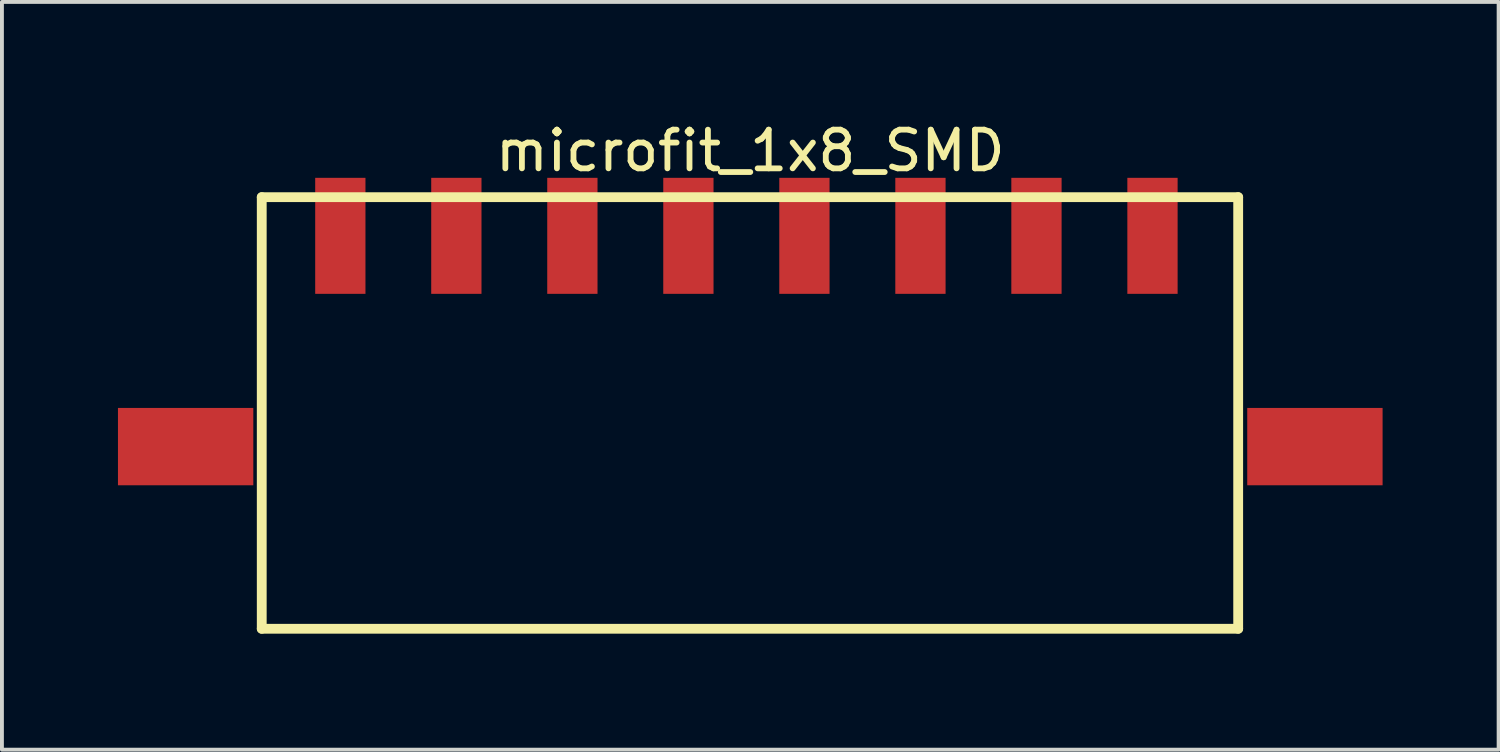
<source format=kicad_pcb>
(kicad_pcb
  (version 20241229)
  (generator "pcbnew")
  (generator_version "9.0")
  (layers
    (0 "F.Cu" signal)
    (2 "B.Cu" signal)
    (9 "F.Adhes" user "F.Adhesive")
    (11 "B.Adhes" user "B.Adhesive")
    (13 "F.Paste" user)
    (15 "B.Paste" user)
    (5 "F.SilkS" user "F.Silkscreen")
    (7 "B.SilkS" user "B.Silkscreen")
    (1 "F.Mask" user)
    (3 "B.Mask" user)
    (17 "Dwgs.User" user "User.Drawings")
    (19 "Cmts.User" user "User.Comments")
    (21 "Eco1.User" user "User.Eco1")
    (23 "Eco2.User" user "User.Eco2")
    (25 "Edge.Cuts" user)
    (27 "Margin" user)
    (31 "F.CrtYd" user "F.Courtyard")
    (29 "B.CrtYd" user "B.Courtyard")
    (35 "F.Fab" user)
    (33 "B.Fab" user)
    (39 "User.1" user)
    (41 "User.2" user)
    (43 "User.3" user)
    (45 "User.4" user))
  (footprint "microfit_1x8_SMD"
    (layer "F.Cu")
    (at 16.35 5.773)
    (property "Reference" "microfit_1x8_SMD" (at 0 -4.925 0) (layer "F.SilkS") (effects (font (size 1 1) (thickness 0.15))))
    (fp_line (start -12.632 -3.725) (end 12.616 -3.725) (stroke (width 0.254) (type solid)) (layer "F.SilkS"))
    (fp_line (start -12.632 7.435) (end -12.632 -3.725) (stroke (width 0.254) (type solid)) (layer "F.SilkS"))
    (fp_line (start -12.632 7.435) (end 12.616 7.435) (stroke (width 0.254) (type solid)) (layer "F.SilkS"))
    (fp_line (start 12.616 7.435) (end 12.616 -3.725) (stroke (width 0.254) (type solid)) (layer "F.SilkS"))
    (pad "0" smd rect (at -14.6 2.725 90) (size 2 3.5) (layers "F.Cu" "F.Mask" "F.Paste"))
    (pad "0" smd rect (at 14.6 2.725 90) (size 2 3.5) (layers "F.Cu" "F.Mask" "F.Paste"))
    (pad "1" smd rect (at -10.6 -2.725) (size 1.3 3) (layers "F.Cu" "F.Mask" "F.Paste"))
    (pad "2" smd rect (at -7.6 -2.725) (size 1.3 3) (layers "F.Cu" "F.Mask" "F.Paste"))
    (pad "3" smd rect (at -4.6 -2.725) (size 1.3 3) (layers "F.Cu" "F.Mask" "F.Paste"))
    (pad "4" smd rect (at -1.6 -2.725) (size 1.3 3) (layers "F.Cu" "F.Mask" "F.Paste"))
    (pad "5" smd rect (at 1.4 -2.725) (size 1.3 3) (layers "F.Cu" "F.Mask" "F.Paste"))
    (pad "6" smd rect (at 4.4 -2.725) (size 1.3 3) (layers "F.Cu" "F.Mask" "F.Paste"))
    (pad "7" smd rect (at 7.4 -2.725) (size 1.3 3) (layers "F.Cu" "F.Mask" "F.Paste"))
    (pad "8" smd rect (at 10.4 -2.725) (size 1.3 3) (layers "F.Cu" "F.Mask" "F.Paste")))
  (gr_rect
    (start -3 -3)
    (end 35.7 16.335)
    (stroke (width 0.1) (type default))
    (fill no)
    (layer "Edge.Cuts")))
</source>
